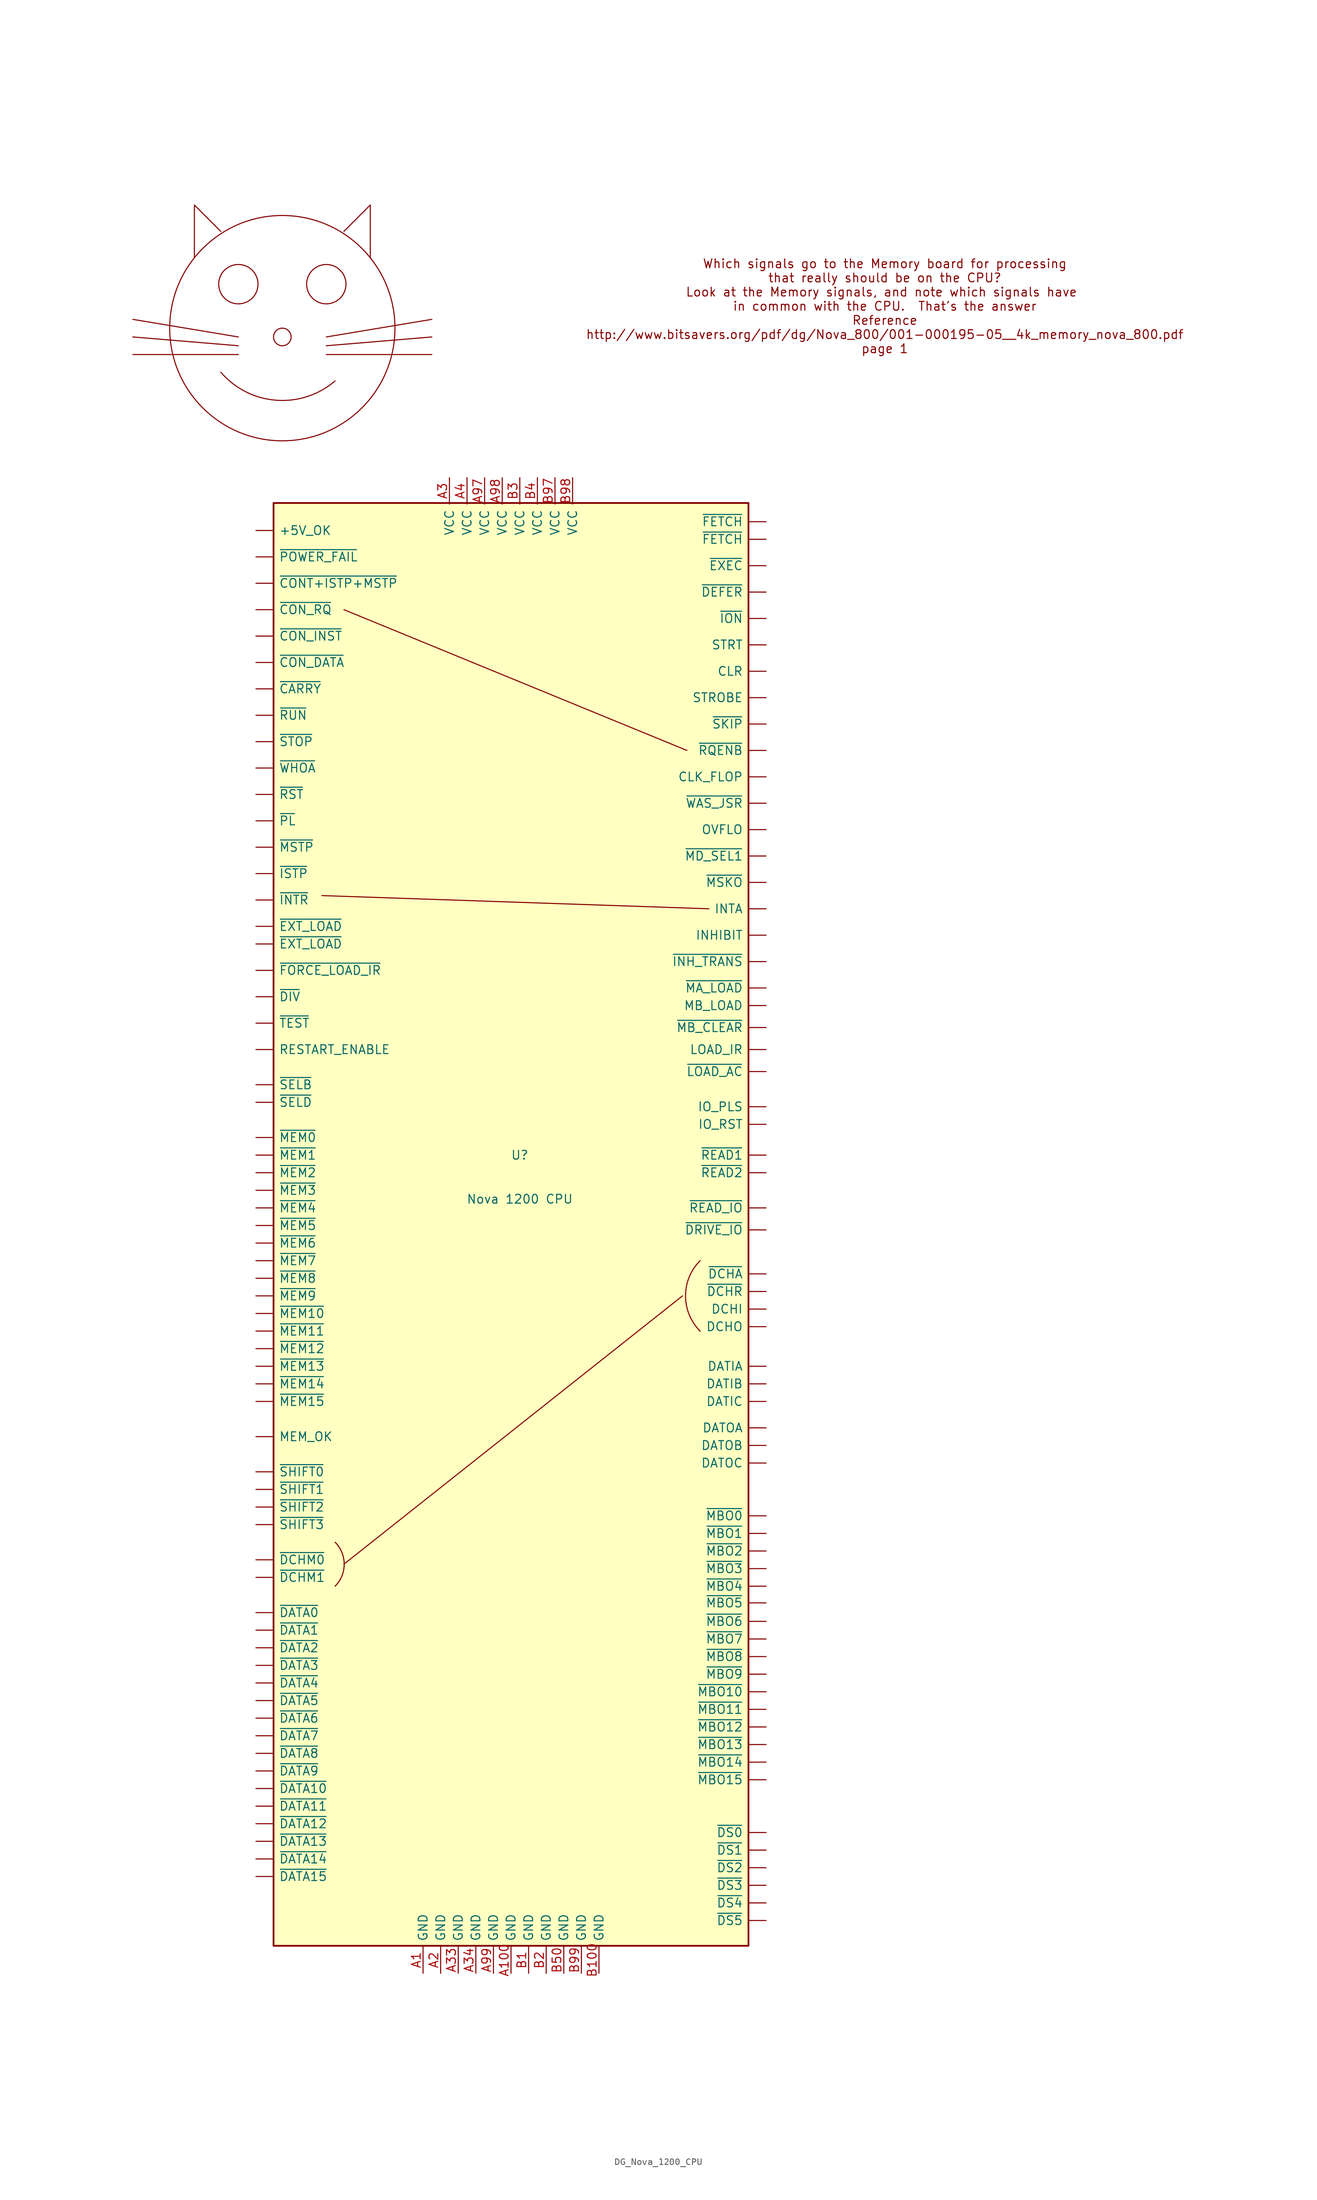
<source format=kicad_sym>
(kicad_symbol_lib
  (version 20220914)
  (generator kicad_symbol_editor)
  (symbol "DG_Nova_1200_CPU"
    (pin_names
      (offset 0.762))
    (property "Reference" "U"
      (at 1.27 6.35 0)
      (effects (font (size 1.27 1.27))))
    (property "Value" "Nova 1200 CPU"
      (at 1.27 0 0)
      (effects (font (size 1.27 1.27))))
    (symbol "DG_Nova_1200_CPU_0_1"
      (arc (start -41.91 119.38) (mid -33.918 115.3257) (end -25.4 118.11) (stroke (width 0) (type default)) (fill (type none)))
      (circle (center -39.37 132.08) (radius 2.84) (stroke (width 0) (type default)) (fill (type none)))
      (rectangle (start -34.29 100.49) (end 34.29 -107.79) (stroke (width 0.254) (type default)) (fill (type background)))
      (circle (center -33.02 124.46) (radius 1.27) (stroke (width 0) (type default)) (fill (type none)))
      (circle (center -33.02 125.73) (radius 16.264) (stroke (width 0) (type default)) (fill (type none)))
      (circle (center -26.67 132.08) (radius 2.84) (stroke (width 0) (type default)) (fill (type none)))
      (arc (start -25.4 -55.88) (mid -24.0849 -52.705) (end -25.4 -49.53) (stroke (width 0) (type default)) (fill (type none)))
      (polyline (pts (xy -39.37 121.92) (xy -54.61 121.92)) (stroke (width 0) (type default)) (fill (type none)))
      (polyline (pts (xy -39.37 123.19) (xy -54.61 124.46)) (stroke (width 0) (type default)) (fill (type none)))
      (polyline (pts (xy -39.37 124.46) (xy -54.61 127)) (stroke (width 0) (type default)) (fill (type none)))
      (polyline (pts (xy -27.305 43.815) (xy 28.575 41.91)) (stroke (width 0) (type default)) (fill (type none)))
      (polyline (pts (xy -26.67 121.92) (xy -11.43 121.92)) (stroke (width 0) (type default)) (fill (type none)))
      (polyline (pts (xy -26.67 123.19) (xy -11.43 124.46)) (stroke (width 0) (type default)) (fill (type none)))
      (polyline (pts (xy -26.67 124.46) (xy -11.43 127)) (stroke (width 0) (type default)) (fill (type none)))
      (polyline (pts (xy -24.13 -52.705) (xy 24.765 -13.97)) (stroke (width 0) (type default)) (fill (type none)))
      (polyline (pts (xy 25.4 64.77) (xy -24.13 85.09)) (stroke (width 0) (type default)) (fill (type none)))
      (polyline (pts (xy -41.91 139.7) (xy -45.72 143.51) (xy -45.72 135.89)) (stroke (width 0) (type default)) (fill (type none)))
      (polyline (pts (xy -24.13 139.7) (xy -20.32 143.51) (xy -20.32 135.89)) (stroke (width 0) (type default)) (fill (type none)))
      (arc (start 27.305 -19.05) (mid 27.305 -19.05) (end 27.305 -19.05) (stroke (width 0) (type default)) (fill (type none)))
      (arc (start 27.305 -8.89) (mid 25.2008 -13.97) (end 27.305 -19.05) (stroke (width 0) (type default)) (fill (type none)))
      (text "Which signals go to the Memory board for processing\nthat really should be on the CPU?\nLook at the Memory signals, and note which signals have \nin common with the CPU.  That's the answer\nReference\nhttp://www.bitsavers.org/pdf/dg/Nova_800/001-000195-05__4k_memory_nova_800.pdf\npage 1\n" (at 53.975 128.905 0) (effects (font (size 1.27 1.27)))))
    (symbol "DG_Nova_1200_CPU_1_1"
      (pin input line (at -36.83 96.52 0) (length 2.54) (name "+5V_OK" (effects (font (size 1.27 1.27)))) (number "" (effects (font (size 1.27 1.27)))))
      (pin output line (at 36.83 60.96 180) (length 2.54) (name "CLK_FLOP" (effects (font (size 1.27 1.27)))) (number "" (effects (font (size 1.27 1.27)))))
      (pin output line (at 36.83 76.2 180) (length 2.54) (name "CLR" (effects (font (size 1.27 1.27)))) (number "" (effects (font (size 1.27 1.27)))))
      (pin output line (at 36.83 -24.13 180) (length 2.54) (name "DATIA" (effects (font (size 1.27 1.27)))) (number "" (effects (font (size 1.27 1.27)))))
      (pin output line (at 36.83 -26.67 180) (length 2.54) (name "DATIB" (effects (font (size 1.27 1.27)))) (number "" (effects (font (size 1.27 1.27)))))
      (pin output line (at 36.83 -29.21 180) (length 2.54) (name "DATIC" (effects (font (size 1.27 1.27)))) (number "" (effects (font (size 1.27 1.27)))))
      (pin output line (at 36.83 -33.02 180) (length 2.54) (name "DATOA" (effects (font (size 1.27 1.27)))) (number "" (effects (font (size 1.27 1.27)))))
      (pin output line (at 36.83 -35.56 180) (length 2.54) (name "DATOB" (effects (font (size 1.27 1.27)))) (number "" (effects (font (size 1.27 1.27)))))
      (pin output line (at 36.83 -38.1 180) (length 2.54) (name "DATOC" (effects (font (size 1.27 1.27)))) (number "" (effects (font (size 1.27 1.27)))))
      (pin output line (at 36.83 -15.875 180) (length 2.54) (name "DCHI" (effects (font (size 1.27 1.27)))) (number "" (effects (font (size 1.27 1.27)))))
      (pin output line (at 36.83 -18.415 180) (length 2.54) (name "DCHO" (effects (font (size 1.27 1.27)))) (number "" (effects (font (size 1.27 1.27)))))
      (pin output line (at 36.83 38.1 180) (length 2.54) (name "INHIBIT" (effects (font (size 1.27 1.27)))) (number "" (effects (font (size 1.27 1.27)))))
      (pin output line (at 36.83 41.91 180) (length 2.54) (name "INTA" (effects (font (size 1.27 1.27)))) (number "" (effects (font (size 1.27 1.27)))))
      (pin output line (at 36.83 13.335 180) (length 2.54) (name "IO_PLS" (effects (font (size 1.27 1.27)))) (number "" (effects (font (size 1.27 1.27)))))
      (pin output line (at 36.83 10.795 180) (length 2.54) (name "IO_RST" (effects (font (size 1.27 1.27)))) (number "" (effects (font (size 1.27 1.27)))))
      (pin output line (at 36.83 21.59 180) (length 2.54) (name "LOAD_IR" (effects (font (size 1.27 1.27)))) (number "" (effects (font (size 1.27 1.27)))))
      (pin output line (at 36.83 27.94 180) (length 2.54) (name "MB_LOAD" (effects (font (size 1.27 1.27)))) (number "" (effects (font (size 1.27 1.27)))))
      (pin input line (at -36.83 -34.29 0) (length 2.54) (name "MEM_OK" (effects (font (size 1.27 1.27)))) (number "" (effects (font (size 1.27 1.27)))))
      (pin output line (at 36.83 53.34 180) (length 2.54) (name "OVFLO" (effects (font (size 1.27 1.27)))) (number "" (effects (font (size 1.27 1.27)))))
      (pin input line (at -36.83 21.59 0) (length 2.54) (name "RESTART_ENABLE" (effects (font (size 1.27 1.27)))) (number "" (effects (font (size 1.27 1.27)))))
      (pin output line (at 36.83 72.39 180) (length 2.54) (name "STROBE" (effects (font (size 1.27 1.27)))) (number "" (effects (font (size 1.27 1.27)))))
      (pin output line (at 36.83 80.01 180) (length 2.54) (name "STRT" (effects (font (size 1.27 1.27)))) (number "" (effects (font (size 1.27 1.27)))))
      (pin input line (at -36.83 73.66 0) (length 2.54) (name "~{CARRY}" (effects (font (size 1.27 1.27)))) (number "" (effects (font (size 1.27 1.27)))))
      (pin input line (at -36.83 88.9 0) (length 2.54) (name "~{CONT+ISTP+MSTP}" (effects (font (size 1.27 1.27)))) (number "" (effects (font (size 1.27 1.27)))))
      (pin input line (at -36.83 77.47 0) (length 2.54) (name "~{CON_DATA}" (effects (font (size 1.27 1.27)))) (number "" (effects (font (size 1.27 1.27)))))
      (pin input line (at -36.83 81.28 0) (length 2.54) (name "~{CON_INST}" (effects (font (size 1.27 1.27)))) (number "" (effects (font (size 1.27 1.27)))))
      (pin input line (at -36.83 85.09 0) (length 2.54) (name "~{CON_RQ}" (effects (font (size 1.27 1.27)))) (number "" (effects (font (size 1.27 1.27)))))
      (pin input line (at -36.83 -59.69 0) (length 2.54) (name "~{DATA0}" (effects (font (size 1.27 1.27)))) (number "" (effects (font (size 1.27 1.27)))))
      (pin input line (at -36.83 -85.09 0) (length 2.54) (name "~{DATA10}" (effects (font (size 1.27 1.27)))) (number "" (effects (font (size 1.27 1.27)))))
      (pin input line (at -36.83 -87.63 0) (length 2.54) (name "~{DATA11}" (effects (font (size 1.27 1.27)))) (number "" (effects (font (size 1.27 1.27)))))
      (pin input line (at -36.83 -90.17 0) (length 2.54) (name "~{DATA12}" (effects (font (size 1.27 1.27)))) (number "" (effects (font (size 1.27 1.27)))))
      (pin input line (at -36.83 -92.71 0) (length 2.54) (name "~{DATA13}" (effects (font (size 1.27 1.27)))) (number "" (effects (font (size 1.27 1.27)))))
      (pin input line (at -36.83 -95.25 0) (length 2.54) (name "~{DATA14}" (effects (font (size 1.27 1.27)))) (number "" (effects (font (size 1.27 1.27)))))
      (pin input line (at -36.83 -97.79 0) (length 2.54) (name "~{DATA15}" (effects (font (size 1.27 1.27)))) (number "" (effects (font (size 1.27 1.27)))))
      (pin input line (at -36.83 -62.23 0) (length 2.54) (name "~{DATA1}" (effects (font (size 1.27 1.27)))) (number "" (effects (font (size 1.27 1.27)))))
      (pin input line (at -36.83 -64.77 0) (length 2.54) (name "~{DATA2}" (effects (font (size 1.27 1.27)))) (number "" (effects (font (size 1.27 1.27)))))
      (pin input line (at -36.83 -67.31 0) (length 2.54) (name "~{DATA3}" (effects (font (size 1.27 1.27)))) (number "" (effects (font (size 1.27 1.27)))))
      (pin input line (at -36.83 -69.85 0) (length 2.54) (name "~{DATA4}" (effects (font (size 1.27 1.27)))) (number "" (effects (font (size 1.27 1.27)))))
      (pin input line (at -36.83 -72.39 0) (length 2.54) (name "~{DATA5}" (effects (font (size 1.27 1.27)))) (number "" (effects (font (size 1.27 1.27)))))
      (pin input line (at -36.83 -74.93 0) (length 2.54) (name "~{DATA6}" (effects (font (size 1.27 1.27)))) (number "" (effects (font (size 1.27 1.27)))))
      (pin input line (at -36.83 -77.47 0) (length 2.54) (name "~{DATA7}" (effects (font (size 1.27 1.27)))) (number "" (effects (font (size 1.27 1.27)))))
      (pin input line (at -36.83 -80.01 0) (length 2.54) (name "~{DATA8}" (effects (font (size 1.27 1.27)))) (number "" (effects (font (size 1.27 1.27)))))
      (pin input line (at -36.83 -82.55 0) (length 2.54) (name "~{DATA9}" (effects (font (size 1.27 1.27)))) (number "" (effects (font (size 1.27 1.27)))))
      (pin output line (at 36.83 -10.795 180) (length 2.54) (name "~{DCHA}" (effects (font (size 1.27 1.27)))) (number "" (effects (font (size 1.27 1.27)))))
      (pin input line (at -36.83 -52.07 0) (length 2.54) (name "~{DCHM0}" (effects (font (size 1.27 1.27)))) (number "" (effects (font (size 1.27 1.27)))))
      (pin input line (at -36.83 -54.61 0) (length 2.54) (name "~{DCHM1}" (effects (font (size 1.27 1.27)))) (number "" (effects (font (size 1.27 1.27)))))
      (pin output line (at 36.83 -13.335 180) (length 2.54) (name "~{DCHR}" (effects (font (size 1.27 1.27)))) (number "" (effects (font (size 1.27 1.27)))))
      (pin output line (at 36.83 87.63 180) (length 2.54) (name "~{DEFER}" (effects (font (size 1.27 1.27)))) (number "" (effects (font (size 1.27 1.27)))))
      (pin input line (at -36.83 29.21 0) (length 2.54) (name "~{DIV}" (effects (font (size 1.27 1.27)))) (number "" (effects (font (size 1.27 1.27)))))
      (pin output line (at 36.83 -4.445 180) (length 2.54) (name "~{DRIVE_IO}" (effects (font (size 1.27 1.27)))) (number "" (effects (font (size 1.27 1.27)))))
      (pin output line (at 36.83 -91.44 180) (length 2.54) (name "~{DS0}" (effects (font (size 1.27 1.27)))) (number "" (effects (font (size 1.27 1.27)))))
      (pin output line (at 36.83 -93.98 180) (length 2.54) (name "~{DS1}" (effects (font (size 1.27 1.27)))) (number "" (effects (font (size 1.27 1.27)))))
      (pin output line (at 36.83 -96.52 180) (length 2.54) (name "~{DS2}" (effects (font (size 1.27 1.27)))) (number "" (effects (font (size 1.27 1.27)))))
      (pin output line (at 36.83 -99.06 180) (length 2.54) (name "~{DS3}" (effects (font (size 1.27 1.27)))) (number "" (effects (font (size 1.27 1.27)))))
      (pin output line (at 36.83 -101.6 180) (length 2.54) (name "~{DS4}" (effects (font (size 1.27 1.27)))) (number "" (effects (font (size 1.27 1.27)))))
      (pin output line (at 36.83 -104.14 180) (length 2.54) (name "~{DS5}" (effects (font (size 1.27 1.27)))) (number "" (effects (font (size 1.27 1.27)))))
      (pin output line (at 36.83 91.44 180) (length 2.54) (name "~{EXEC}" (effects (font (size 1.27 1.27)))) (number "" (effects (font (size 1.27 1.27)))))
      (pin input line (at -36.83 36.83 0) (length 2.54) (name "~{EXT_LOAD}" (effects (font (size 1.27 1.27)))) (number "" (effects (font (size 1.27 1.27)))))
      (pin input line (at -36.83 39.37 0) (length 2.54) (name "~{EXT_LOAD}" (effects (font (size 1.27 1.27)))) (number "" (effects (font (size 1.27 1.27)))))
      (pin output line (at 36.83 95.25 180) (length 2.54) (name "~{FETCH}" (effects (font (size 1.27 1.27)))) (number "" (effects (font (size 1.27 1.27)))))
      (pin output line (at 36.83 97.79 180) (length 2.54) (name "~{FETCH}" (effects (font (size 1.27 1.27)))) (number "" (effects (font (size 1.27 1.27)))))
      (pin input line (at -36.83 33.02 0) (length 2.54) (name "~{FORCE_LOAD_IR}" (effects (font (size 1.27 1.27)))) (number "" (effects (font (size 1.27 1.27)))))
      (pin output line (at 36.83 34.29 180) (length 2.54) (name "~{INH_TRANS}" (effects (font (size 1.27 1.27)))) (number "" (effects (font (size 1.27 1.27)))))
      (pin input line (at -36.83 43.18 0) (length 2.54) (name "~{INTR}" (effects (font (size 1.27 1.27)))) (number "" (effects (font (size 1.27 1.27)))))
      (pin output line (at 36.83 83.82 180) (length 2.54) (name "~{ION}" (effects (font (size 1.27 1.27)))) (number "" (effects (font (size 1.27 1.27)))))
      (pin input line (at -36.83 46.99 0) (length 2.54) (name "~{ISTP}" (effects (font (size 1.27 1.27)))) (number "" (effects (font (size 1.27 1.27)))))
      (pin output line (at 36.83 18.415 180) (length 2.54) (name "~{LOAD_AC}" (effects (font (size 1.27 1.27)))) (number "" (effects (font (size 1.27 1.27)))))
      (pin output line (at 36.83 30.48 180) (length 2.54) (name "~{MA_LOAD}" (effects (font (size 1.27 1.27)))) (number "" (effects (font (size 1.27 1.27)))))
      (pin output line (at 36.83 -45.72 180) (length 2.54) (name "~{MBO0}" (effects (font (size 1.27 1.27)))) (number "" (effects (font (size 1.27 1.27)))))
      (pin output line (at 36.83 -71.12 180) (length 2.54) (name "~{MBO10}" (effects (font (size 1.27 1.27)))) (number "" (effects (font (size 1.27 1.27)))))
      (pin output line (at 36.83 -73.66 180) (length 2.54) (name "~{MBO11}" (effects (font (size 1.27 1.27)))) (number "" (effects (font (size 1.27 1.27)))))
      (pin output line (at 36.83 -76.2 180) (length 2.54) (name "~{MBO12}" (effects (font (size 1.27 1.27)))) (number "" (effects (font (size 1.27 1.27)))))
      (pin output line (at 36.83 -78.74 180) (length 2.54) (name "~{MBO13}" (effects (font (size 1.27 1.27)))) (number "" (effects (font (size 1.27 1.27)))))
      (pin output line (at 36.83 -81.28 180) (length 2.54) (name "~{MBO14}" (effects (font (size 1.27 1.27)))) (number "" (effects (font (size 1.27 1.27)))))
      (pin output line (at 36.83 -83.82 180) (length 2.54) (name "~{MBO15}" (effects (font (size 1.27 1.27)))) (number "" (effects (font (size 1.27 1.27)))))
      (pin output line (at 36.83 -48.26 180) (length 2.54) (name "~{MBO1}" (effects (font (size 1.27 1.27)))) (number "" (effects (font (size 1.27 1.27)))))
      (pin output line (at 36.83 -50.8 180) (length 2.54) (name "~{MBO2}" (effects (font (size 1.27 1.27)))) (number "" (effects (font (size 1.27 1.27)))))
      (pin output line (at 36.83 -53.34 180) (length 2.54) (name "~{MBO3}" (effects (font (size 1.27 1.27)))) (number "" (effects (font (size 1.27 1.27)))))
      (pin output line (at 36.83 -55.88 180) (length 2.54) (name "~{MBO4}" (effects (font (size 1.27 1.27)))) (number "" (effects (font (size 1.27 1.27)))))
      (pin output line (at 36.83 -58.29 180) (length 2.54) (name "~{MBO5}" (effects (font (size 1.27 1.27)))) (number "" (effects (font (size 1.27 1.27)))))
      (pin output line (at 36.83 -60.96 180) (length 2.54) (name "~{MBO6}" (effects (font (size 1.27 1.27)))) (number "" (effects (font (size 1.27 1.27)))))
      (pin output line (at 36.83 -63.5 180) (length 2.54) (name "~{MBO7}" (effects (font (size 1.27 1.27)))) (number "" (effects (font (size 1.27 1.27)))))
      (pin output line (at 36.83 -66.04 180) (length 2.54) (name "~{MBO8}" (effects (font (size 1.27 1.27)))) (number "" (effects (font (size 1.27 1.27)))))
      (pin output line (at 36.83 -68.58 180) (length 2.54) (name "~{MBO9}" (effects (font (size 1.27 1.27)))) (number "" (effects (font (size 1.27 1.27)))))
      (pin output line (at 36.83 24.765 180) (length 2.54) (name "~{MB_CLEAR}" (effects (font (size 1.27 1.27)))) (number "" (effects (font (size 1.27 1.27)))))
      (pin output line (at 36.83 49.53 180) (length 2.54) (name "~{MD_SEL1}" (effects (font (size 1.27 1.27)))) (number "" (effects (font (size 1.27 1.27)))))
      (pin input line (at -36.83 8.89 0) (length 2.54) (name "~{MEM0}" (effects (font (size 1.27 1.27)))) (number "" (effects (font (size 1.27 1.27)))))
      (pin input line (at -36.83 -16.51 0) (length 2.54) (name "~{MEM10}" (effects (font (size 1.27 1.27)))) (number "" (effects (font (size 1.27 1.27)))))
      (pin input line (at -36.83 -19.05 0) (length 2.54) (name "~{MEM11}" (effects (font (size 1.27 1.27)))) (number "" (effects (font (size 1.27 1.27)))))
      (pin input line (at -36.83 -21.59 0) (length 2.54) (name "~{MEM12}" (effects (font (size 1.27 1.27)))) (number "" (effects (font (size 1.27 1.27)))))
      (pin input line (at -36.83 -24.13 0) (length 2.54) (name "~{MEM13}" (effects (font (size 1.27 1.27)))) (number "" (effects (font (size 1.27 1.27)))))
      (pin input line (at -36.83 -26.67 0) (length 2.54) (name "~{MEM14}" (effects (font (size 1.27 1.27)))) (number "" (effects (font (size 1.27 1.27)))))
      (pin input line (at -36.83 -29.21 0) (length 2.54) (name "~{MEM15}" (effects (font (size 1.27 1.27)))) (number "" (effects (font (size 1.27 1.27)))))
      (pin input line (at -36.83 6.35 0) (length 2.54) (name "~{MEM1}" (effects (font (size 1.27 1.27)))) (number "" (effects (font (size 1.27 1.27)))))
      (pin input line (at -36.83 3.81 0) (length 2.54) (name "~{MEM2}" (effects (font (size 1.27 1.27)))) (number "" (effects (font (size 1.27 1.27)))))
      (pin input line (at -36.83 1.27 0) (length 2.54) (name "~{MEM3}" (effects (font (size 1.27 1.27)))) (number "" (effects (font (size 1.27 1.27)))))
      (pin input line (at -36.83 -1.27 0) (length 2.54) (name "~{MEM4}" (effects (font (size 1.27 1.27)))) (number "" (effects (font (size 1.27 1.27)))))
      (pin input line (at -36.83 -3.81 0) (length 2.54) (name "~{MEM5}" (effects (font (size 1.27 1.27)))) (number "" (effects (font (size 1.27 1.27)))))
      (pin input line (at -36.83 -6.35 0) (length 2.54) (name "~{MEM6}" (effects (font (size 1.27 1.27)))) (number "" (effects (font (size 1.27 1.27)))))
      (pin input line (at -36.83 -8.89 0) (length 2.54) (name "~{MEM7}" (effects (font (size 1.27 1.27)))) (number "" (effects (font (size 1.27 1.27)))))
      (pin input line (at -36.83 -11.43 0) (length 2.54) (name "~{MEM8}" (effects (font (size 1.27 1.27)))) (number "" (effects (font (size 1.27 1.27)))))
      (pin input line (at -36.83 -13.97 0) (length 2.54) (name "~{MEM9}" (effects (font (size 1.27 1.27)))) (number "" (effects (font (size 1.27 1.27)))))
      (pin output line (at 36.83 45.72 180) (length 2.54) (name "~{MSKO}" (effects (font (size 1.27 1.27)))) (number "" (effects (font (size 1.27 1.27)))))
      (pin input line (at -36.83 50.8 0) (length 2.54) (name "~{MSTP}" (effects (font (size 1.27 1.27)))) (number "" (effects (font (size 1.27 1.27)))))
      (pin input line (at -36.83 54.61 0) (length 2.54) (name "~{PL}" (effects (font (size 1.27 1.27)))) (number "" (effects (font (size 1.27 1.27)))))
      (pin input line (at -36.83 92.71 0) (length 2.54) (name "~{POWER_FAIL}" (effects (font (size 1.27 1.27)))) (number "" (effects (font (size 1.27 1.27)))))
      (pin output line (at 36.83 6.35 180) (length 2.54) (name "~{READ1}" (effects (font (size 1.27 1.27)))) (number "" (effects (font (size 1.27 1.27)))))
      (pin output line (at 36.83 3.81 180) (length 2.54) (name "~{READ2}" (effects (font (size 1.27 1.27)))) (number "" (effects (font (size 1.27 1.27)))))
      (pin output line (at 36.83 -1.27 180) (length 2.54) (name "~{READ_IO}" (effects (font (size 1.27 1.27)))) (number "" (effects (font (size 1.27 1.27)))))
      (pin output line (at 36.83 64.77 180) (length 2.54) (name "~{RQENB}" (effects (font (size 1.27 1.27)))) (number "" (effects (font (size 1.27 1.27)))))
      (pin input line (at -36.83 58.42 0) (length 2.54) (name "~{RST}" (effects (font (size 1.27 1.27)))) (number "" (effects (font (size 1.27 1.27)))))
      (pin input line (at -36.83 69.85 0) (length 2.54) (name "~{RUN}" (effects (font (size 1.27 1.27)))) (number "" (effects (font (size 1.27 1.27)))))
      (pin input line (at -36.83 16.51 0) (length 2.54) (name "~{SELB}" (effects (font (size 1.27 1.27)))) (number "" (effects (font (size 1.27 1.27)))))
      (pin input line (at -36.83 13.97 0) (length 2.54) (name "~{SELD}" (effects (font (size 1.27 1.27)))) (number "" (effects (font (size 1.27 1.27)))))
      (pin input line (at -36.83 -39.37 0) (length 2.54) (name "~{SHIFT0}" (effects (font (size 1.27 1.27)))) (number "" (effects (font (size 1.27 1.27)))))
      (pin input line (at -36.83 -41.91 0) (length 2.54) (name "~{SHIFT1}" (effects (font (size 1.27 1.27)))) (number "" (effects (font (size 1.27 1.27)))))
      (pin input line (at -36.83 -44.45 0) (length 2.54) (name "~{SHIFT2}" (effects (font (size 1.27 1.27)))) (number "" (effects (font (size 1.27 1.27)))))
      (pin input line (at -36.83 -46.99 0) (length 2.54) (name "~{SHIFT3}" (effects (font (size 1.27 1.27)))) (number "" (effects (font (size 1.27 1.27)))))
      (pin output line (at 36.83 68.58 180) (length 2.54) (name "~{SKIP}" (effects (font (size 1.27 1.27)))) (number "" (effects (font (size 1.27 1.27)))))
      (pin input line (at -36.83 66.04 0) (length 2.54) (name "~{STOP}" (effects (font (size 1.27 1.27)))) (number "" (effects (font (size 1.27 1.27)))))
      (pin input line (at -36.83 25.4 0) (length 2.54) (name "~{TEST}" (effects (font (size 1.27 1.27)))) (number "" (effects (font (size 1.27 1.27)))))
      (pin output line (at 36.83 57.15 180) (length 2.54) (name "~{WAS_JSR}" (effects (font (size 1.27 1.27)))) (number "" (effects (font (size 1.27 1.27)))))
      (pin input line (at -36.83 62.23 0) (length 2.54) (name "~{WHOA}" (effects (font (size 1.27 1.27)))) (number "" (effects (font (size 1.27 1.27)))))
      (pin power_in line (at -12.7 -111.76 90) (length 3.81) (name "GND" (effects (font (size 1.27 1.27)))) (number "A1" (effects (font (size 1.27 1.27)))))
      (pin power_in line (at 0 -111.76 90) (length 3.81) (name "GND" (effects (font (size 1.27 1.27)))) (number "A100" (effects (font (size 1.27 1.27)))))
      (pin power_in line (at -10.16 -111.76 90) (length 3.81) (name "GND" (effects (font (size 1.27 1.27)))) (number "A2" (effects (font (size 1.27 1.27)))))
      (pin power_in line (at -8.89 104.14 270) (length 3.81) (name "VCC" (effects (font (size 1.27 1.27)))) (number "A3" (effects (font (size 1.27 1.27)))))
      (pin power_in line (at -7.62 -111.76 90) (length 3.81) (name "GND" (effects (font (size 1.27 1.27)))) (number "A33" (effects (font (size 1.27 1.27)))))
      (pin power_in line (at -5.08 -111.76 90) (length 3.81) (name "GND" (effects (font (size 1.27 1.27)))) (number "A34" (effects (font (size 1.27 1.27)))))
      (pin power_in line (at -6.35 104.14 270) (length 3.81) (name "VCC" (effects (font (size 1.27 1.27)))) (number "A4" (effects (font (size 1.27 1.27)))))
      (pin power_in line (at -3.81 104.14 270) (length 3.81) (name "VCC" (effects (font (size 1.27 1.27)))) (number "A97" (effects (font (size 1.27 1.27)))))
      (pin power_in line (at -1.27 104.14 270) (length 3.81) (name "VCC" (effects (font (size 1.27 1.27)))) (number "A98" (effects (font (size 1.27 1.27)))))
      (pin power_in line (at -2.54 -111.76 90) (length 3.81) (name "GND" (effects (font (size 1.27 1.27)))) (number "A99" (effects (font (size 1.27 1.27)))))
      (pin power_in line (at 2.54 -111.76 90) (length 3.81) (name "GND" (effects (font (size 1.27 1.27)))) (number "B1" (effects (font (size 1.27 1.27)))))
      (pin power_in line (at 12.7 -111.76 90) (length 3.81) (name "GND" (effects (font (size 1.27 1.27)))) (number "B100" (effects (font (size 1.27 1.27)))))
      (pin power_in line (at 5.08 -111.76 90) (length 3.81) (name "GND" (effects (font (size 1.27 1.27)))) (number "B2" (effects (font (size 1.27 1.27)))))
      (pin power_in line (at 1.27 104.14 270) (length 3.81) (name "VCC" (effects (font (size 1.27 1.27)))) (number "B3" (effects (font (size 1.27 1.27)))))
      (pin power_in line (at 3.81 104.14 270) (length 3.81) (name "VCC" (effects (font (size 1.27 1.27)))) (number "B4" (effects (font (size 1.27 1.27)))))
      (pin power_in line (at 7.62 -111.76 90) (length 3.81) (name "GND" (effects (font (size 1.27 1.27)))) (number "B50" (effects (font (size 1.27 1.27)))))
      (pin power_in line (at 6.35 104.14 270) (length 3.81) (name "VCC" (effects (font (size 1.27 1.27)))) (number "B97" (effects (font (size 1.27 1.27)))))
      (pin power_in line (at 8.89 104.14 270) (length 3.81) (name "VCC" (effects (font (size 1.27 1.27)))) (number "B98" (effects (font (size 1.27 1.27)))))
      (pin power_in line (at 10.16 -111.76 90) (length 3.81) (name "GND" (effects (font (size 1.27 1.27)))) (number "B99" (effects (font (size 1.27 1.27))))))))
</source>
